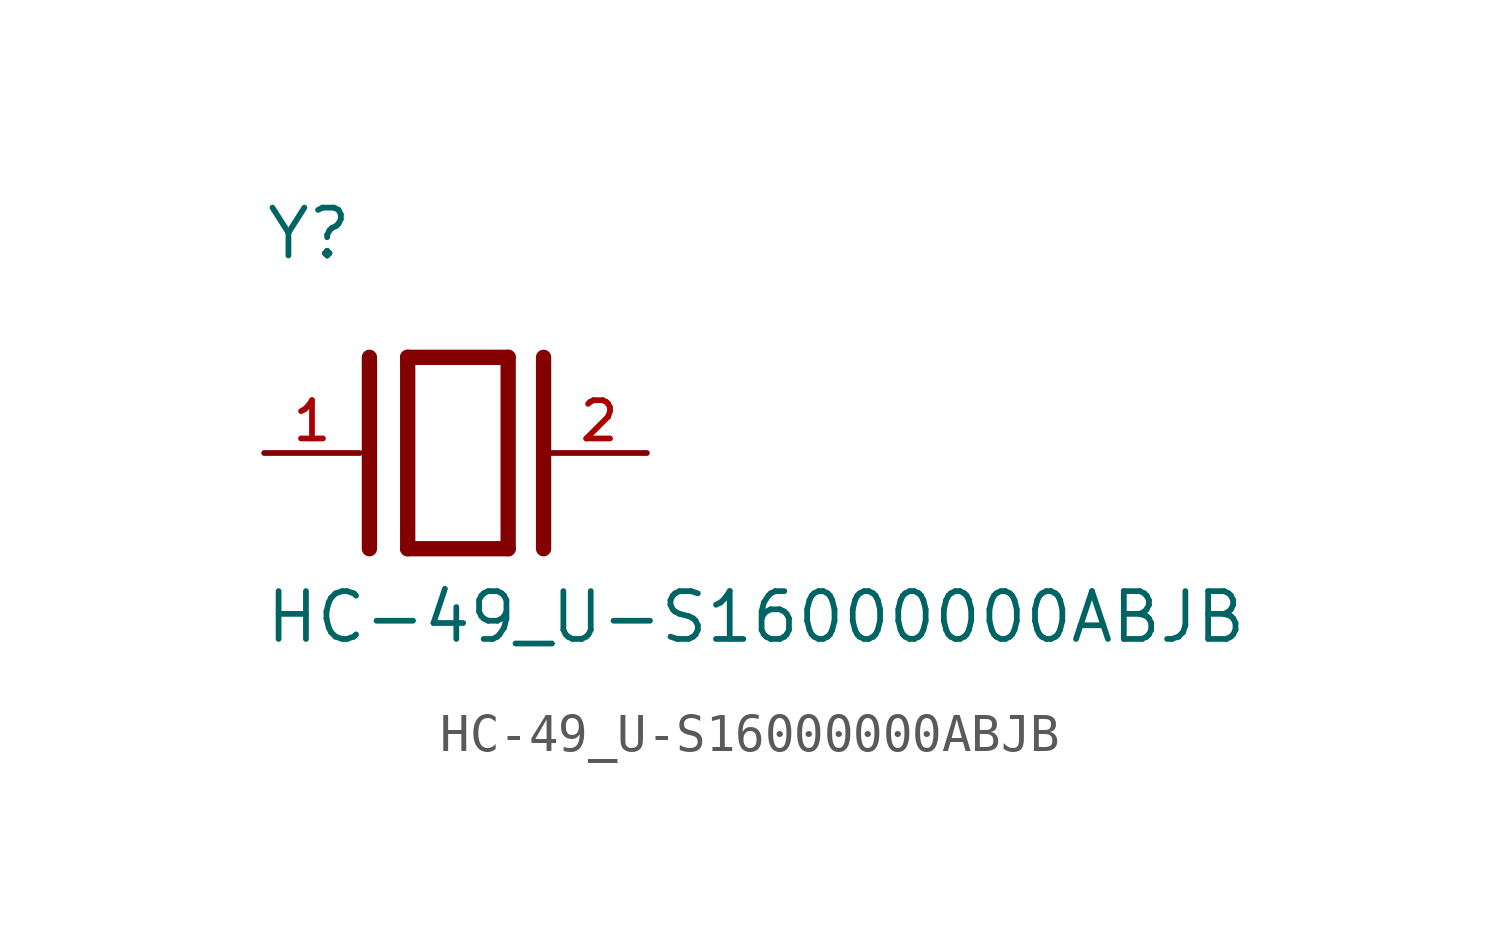
<source format=kicad_sym>
(kicad_symbol_lib
  (version 20211014)
  (generator kicad_symbol_editor)
  (symbol "HC-49_U-S16000000ABJB"
    (pin_names
      (offset 1.016))
    (property "Reference" "Y"
      (at -5.08 5.08 0)
      (effects (font (size 1.27 1.27)) (justify bottom left)))
    (property "Value" "HC-49_U-S16000000ABJB"
      (at -5.099 -5.099 0)
      (effects (font (size 1.27 1.27)) (justify bottom left)))
    (symbol "HC-49_U-S16000000ABJB_0_0"
      (polyline (pts (xy -1.27 2.54) (xy 1.397 2.54)) (stroke (width 0.406)))
      (polyline (pts (xy 1.397 2.54) (xy 1.397 -2.54)) (stroke (width 0.406)))
      (polyline (pts (xy 1.397 -2.54) (xy -1.27 -2.54)) (stroke (width 0.406)))
      (polyline (pts (xy -1.27 2.54) (xy -1.27 -2.54)) (stroke (width 0.406)))
      (polyline (pts (xy 2.337 2.54) (xy 2.337 -2.54)) (stroke (width 0.406)))
      (polyline (pts (xy -2.286 2.54) (xy -2.286 -2.54)) (stroke (width 0.406)))
      (pin passive line (at 5.08 0.0 180.0) (length 2.54) (name "~" (effects (font (size 1.016 1.016)))) (number "2" (effects (font (size 1.016 1.016)))))
      (pin passive line (at -5.08 0.0 0) (length 2.54) (name "~" (effects (font (size 1.016 1.016)))) (number "1" (effects (font (size 1.016 1.016))))))))
</source>
